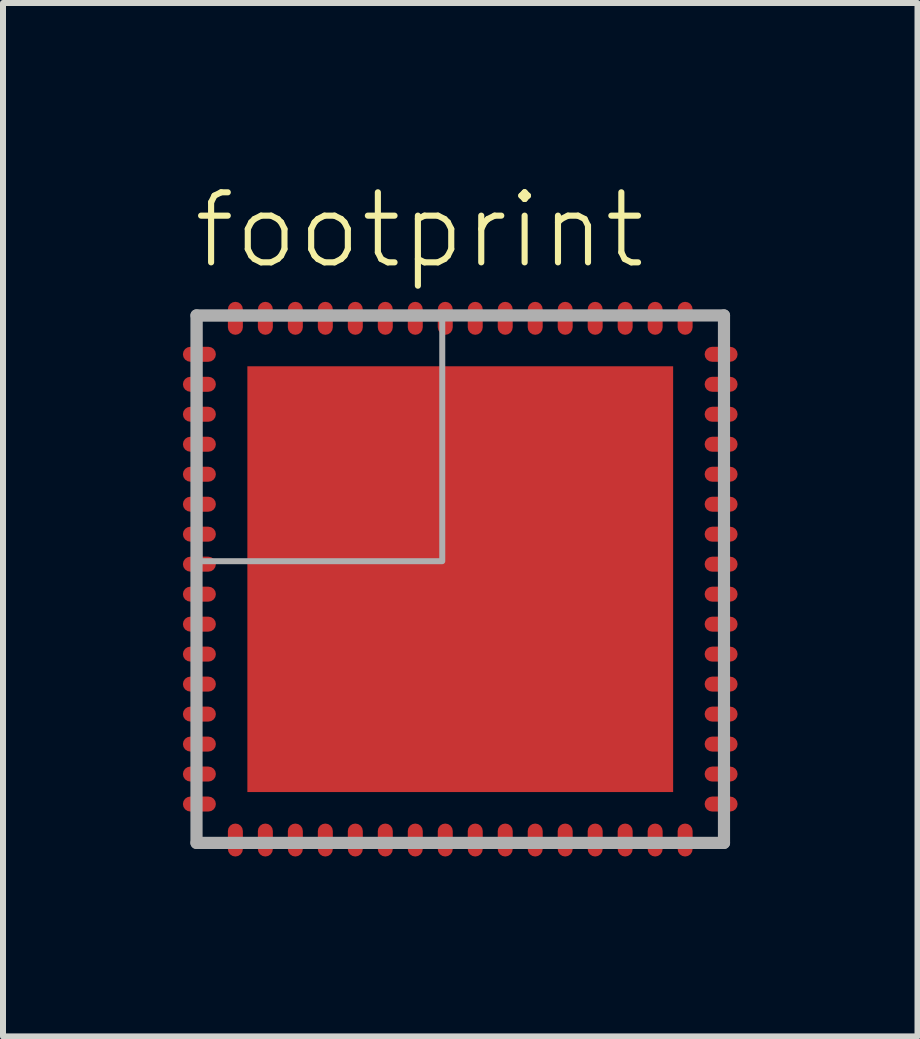
<source format=kicad_pcb>
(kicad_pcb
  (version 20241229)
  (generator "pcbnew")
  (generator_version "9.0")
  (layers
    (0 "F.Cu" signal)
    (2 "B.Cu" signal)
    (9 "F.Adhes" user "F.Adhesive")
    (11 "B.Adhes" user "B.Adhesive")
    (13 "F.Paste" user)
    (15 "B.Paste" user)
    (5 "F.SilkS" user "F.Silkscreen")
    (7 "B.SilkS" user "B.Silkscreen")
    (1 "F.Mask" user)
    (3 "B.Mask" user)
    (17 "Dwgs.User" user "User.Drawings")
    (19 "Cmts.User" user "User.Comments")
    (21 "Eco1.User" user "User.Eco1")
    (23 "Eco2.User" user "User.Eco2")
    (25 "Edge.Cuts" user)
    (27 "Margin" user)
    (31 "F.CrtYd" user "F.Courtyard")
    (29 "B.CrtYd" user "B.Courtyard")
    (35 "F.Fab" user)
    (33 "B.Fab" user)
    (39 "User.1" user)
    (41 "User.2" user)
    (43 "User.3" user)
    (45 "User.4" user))
  (footprint "footprint"
    (layer "F.Cu")
    (at 4.625 6.608)
    (property "Reference" "footprint" (at -4.5 -5.135 0) (layer "F.SilkS") (effects (font (size 1.168 1.168) (thickness 0.102)) (justify left bottom)))
    (fp_poly (pts (xy 3.652 3.652) (xy -3.652 3.652) (xy -3.652 -3.242) (xy -3.242 -3.652) (xy 3.652 -3.652)) (stroke (width 0) (type solid)) (fill yes) (layer "F.Mask"))
    (fp_poly (pts (xy 3.452 3.452) (xy -3.452 3.452) (xy -3.452 -3.142) (xy -3.142 -3.452) (xy 3.452 -3.452)) (stroke (width 0) (type solid)) (fill yes) (layer "F.Paste"))
    (fp_line (start -4.398 -4.398) (end -4.398 4.398) (stroke (width 0.203) (type solid)) (layer "F.Fab"))
    (fp_line (start -4.398 4.398) (end 4.398 4.398) (stroke (width 0.203) (type solid)) (layer "F.Fab"))
    (fp_line (start 4.398 -4.398) (end -4.398 -4.398) (stroke (width 0.203) (type solid)) (layer "F.Fab"))
    (fp_line (start 4.398 4.398) (end 4.398 -4.398) (stroke (width 0.203) (type solid)) (layer "F.Fab"))
    (fp_poly (pts (xy -4.35 -0.3) (xy -0.3 -0.3) (xy -0.3 -4.35) (xy -4.35 -4.35)) (stroke (width 0.1) (type solid)) (fill no) (layer "F.Fab"))
    (pad "1" smd roundrect (at -4.35 -3.75) (size 0.55 0.25) (layers "F.Cu" "F.Mask" "F.Paste") (roundrect_rratio 0.5))
    (pad "2" smd roundrect (at -4.35 -3.25) (size 0.55 0.25) (layers "F.Cu" "F.Mask" "F.Paste") (roundrect_rratio 0.5))
    (pad "3" smd roundrect (at -4.35 -2.75) (size 0.55 0.25) (layers "F.Cu" "F.Mask" "F.Paste") (roundrect_rratio 0.5))
    (pad "4" smd roundrect (at -4.35 -2.25) (size 0.55 0.25) (layers "F.Cu" "F.Mask" "F.Paste") (roundrect_rratio 0.5))
    (pad "5" smd roundrect (at -4.35 -1.75) (size 0.55 0.25) (layers "F.Cu" "F.Mask" "F.Paste") (roundrect_rratio 0.5))
    (pad "6" smd roundrect (at -4.35 -1.25) (size 0.55 0.25) (layers "F.Cu" "F.Mask" "F.Paste") (roundrect_rratio 0.5))
    (pad "7" smd roundrect (at -4.35 -0.75) (size 0.55 0.25) (layers "F.Cu" "F.Mask" "F.Paste") (roundrect_rratio 0.5))
    (pad "8" smd roundrect (at -4.35 -0.25) (size 0.55 0.25) (layers "F.Cu" "F.Mask" "F.Paste") (roundrect_rratio 0.5))
    (pad "9" smd roundrect (at -4.35 0.25) (size 0.55 0.25) (layers "F.Cu" "F.Mask" "F.Paste") (roundrect_rratio 0.5))
    (pad "10" smd roundrect (at -4.35 0.75) (size 0.55 0.25) (layers "F.Cu" "F.Mask" "F.Paste") (roundrect_rratio 0.5))
    (pad "11" smd roundrect (at -4.35 1.25) (size 0.55 0.25) (layers "F.Cu" "F.Mask" "F.Paste") (roundrect_rratio 0.5))
    (pad "12" smd roundrect (at -4.35 1.75) (size 0.55 0.25) (layers "F.Cu" "F.Mask" "F.Paste") (roundrect_rratio 0.5))
    (pad "13" smd roundrect (at -4.35 2.25) (size 0.55 0.25) (layers "F.Cu" "F.Mask" "F.Paste") (roundrect_rratio 0.5))
    (pad "14" smd roundrect (at -4.35 2.75) (size 0.55 0.25) (layers "F.Cu" "F.Mask" "F.Paste") (roundrect_rratio 0.5))
    (pad "15" smd roundrect (at -4.35 3.25) (size 0.55 0.25) (layers "F.Cu" "F.Mask" "F.Paste") (roundrect_rratio 0.5))
    (pad "16" smd roundrect (at -4.35 3.75) (size 0.55 0.25) (layers "F.Cu" "F.Mask" "F.Paste") (roundrect_rratio 0.5))
    (pad "17" smd roundrect (at -3.75 4.35) (size 0.25 0.55) (layers "F.Cu" "F.Mask" "F.Paste") (roundrect_rratio 0.5))
    (pad "18" smd roundrect (at -3.25 4.35) (size 0.25 0.55) (layers "F.Cu" "F.Mask" "F.Paste") (roundrect_rratio 0.5))
    (pad "19" smd roundrect (at -2.75 4.35) (size 0.25 0.55) (layers "F.Cu" "F.Mask" "F.Paste") (roundrect_rratio 0.5))
    (pad "20" smd roundrect (at -2.25 4.35) (size 0.25 0.55) (layers "F.Cu" "F.Mask" "F.Paste") (roundrect_rratio 0.5))
    (pad "21" smd roundrect (at -1.75 4.35) (size 0.25 0.55) (layers "F.Cu" "F.Mask" "F.Paste") (roundrect_rratio 0.5))
    (pad "22" smd roundrect (at -1.25 4.35) (size 0.25 0.55) (layers "F.Cu" "F.Mask" "F.Paste") (roundrect_rratio 0.5))
    (pad "23" smd roundrect (at -0.75 4.35) (size 0.25 0.55) (layers "F.Cu" "F.Mask" "F.Paste") (roundrect_rratio 0.5))
    (pad "24" smd roundrect (at -0.25 4.35) (size 0.25 0.55) (layers "F.Cu" "F.Mask" "F.Paste") (roundrect_rratio 0.5))
    (pad "25" smd roundrect (at 0.25 4.35) (size 0.25 0.55) (layers "F.Cu" "F.Mask" "F.Paste") (roundrect_rratio 0.5))
    (pad "26" smd roundrect (at 0.75 4.35) (size 0.25 0.55) (layers "F.Cu" "F.Mask" "F.Paste") (roundrect_rratio 0.5))
    (pad "27" smd roundrect (at 1.25 4.35) (size 0.25 0.55) (layers "F.Cu" "F.Mask" "F.Paste") (roundrect_rratio 0.5))
    (pad "28" smd roundrect (at 1.75 4.35) (size 0.25 0.55) (layers "F.Cu" "F.Mask" "F.Paste") (roundrect_rratio 0.5))
    (pad "29" smd roundrect (at 2.25 4.35) (size 0.25 0.55) (layers "F.Cu" "F.Mask" "F.Paste") (roundrect_rratio 0.5))
    (pad "30" smd roundrect (at 2.75 4.35) (size 0.25 0.55) (layers "F.Cu" "F.Mask" "F.Paste") (roundrect_rratio 0.5))
    (pad "31" smd roundrect (at 3.25 4.35) (size 0.25 0.55) (layers "F.Cu" "F.Mask" "F.Paste") (roundrect_rratio 0.5))
    (pad "32" smd roundrect (at 3.75 4.35) (size 0.25 0.55) (layers "F.Cu" "F.Mask" "F.Paste") (roundrect_rratio 0.5))
    (pad "33" smd roundrect (at 4.35 3.75) (size 0.55 0.25) (layers "F.Cu" "F.Mask" "F.Paste") (roundrect_rratio 0.5))
    (pad "34" smd roundrect (at 4.35 3.25) (size 0.55 0.25) (layers "F.Cu" "F.Mask" "F.Paste") (roundrect_rratio 0.5))
    (pad "35" smd roundrect (at 4.35 2.75) (size 0.55 0.25) (layers "F.Cu" "F.Mask" "F.Paste") (roundrect_rratio 0.5))
    (pad "36" smd roundrect (at 4.35 2.25) (size 0.55 0.25) (layers "F.Cu" "F.Mask" "F.Paste") (roundrect_rratio 0.5))
    (pad "37" smd roundrect (at 4.35 1.75) (size 0.55 0.25) (layers "F.Cu" "F.Mask" "F.Paste") (roundrect_rratio 0.5))
    (pad "38" smd roundrect (at 4.35 1.25) (size 0.55 0.25) (layers "F.Cu" "F.Mask" "F.Paste") (roundrect_rratio 0.5))
    (pad "39" smd roundrect (at 4.35 0.75) (size 0.55 0.25) (layers "F.Cu" "F.Mask" "F.Paste") (roundrect_rratio 0.5))
    (pad "40" smd roundrect (at 4.35 0.25) (size 0.55 0.25) (layers "F.Cu" "F.Mask" "F.Paste") (roundrect_rratio 0.5))
    (pad "41" smd roundrect (at 4.35 -0.25) (size 0.55 0.25) (layers "F.Cu" "F.Mask" "F.Paste") (roundrect_rratio 0.5))
    (pad "42" smd roundrect (at 4.35 -0.75) (size 0.55 0.25) (layers "F.Cu" "F.Mask" "F.Paste") (roundrect_rratio 0.5))
    (pad "43" smd roundrect (at 4.35 -1.25) (size 0.55 0.25) (layers "F.Cu" "F.Mask" "F.Paste") (roundrect_rratio 0.5))
    (pad "44" smd roundrect (at 4.35 -1.75) (size 0.55 0.25) (layers "F.Cu" "F.Mask" "F.Paste") (roundrect_rratio 0.5))
    (pad "45" smd roundrect (at 4.35 -2.25) (size 0.55 0.25) (layers "F.Cu" "F.Mask" "F.Paste") (roundrect_rratio 0.5))
    (pad "46" smd roundrect (at 4.35 -2.75) (size 0.55 0.25) (layers "F.Cu" "F.Mask" "F.Paste") (roundrect_rratio 0.5))
    (pad "47" smd roundrect (at 4.35 -3.25) (size 0.55 0.25) (layers "F.Cu" "F.Mask" "F.Paste") (roundrect_rratio 0.5))
    (pad "48" smd roundrect (at 4.35 -3.75) (size 0.55 0.25) (layers "F.Cu" "F.Mask" "F.Paste") (roundrect_rratio 0.5))
    (pad "49" smd roundrect (at 3.75 -4.35) (size 0.25 0.55) (layers "F.Cu" "F.Mask" "F.Paste") (roundrect_rratio 0.5))
    (pad "50" smd roundrect (at 3.25 -4.35) (size 0.25 0.55) (layers "F.Cu" "F.Mask" "F.Paste") (roundrect_rratio 0.5))
    (pad "51" smd roundrect (at 2.75 -4.35) (size 0.25 0.55) (layers "F.Cu" "F.Mask" "F.Paste") (roundrect_rratio 0.5))
    (pad "52" smd roundrect (at 2.25 -4.35) (size 0.25 0.55) (layers "F.Cu" "F.Mask" "F.Paste") (roundrect_rratio 0.5))
    (pad "53" smd roundrect (at 1.75 -4.35) (size 0.25 0.55) (layers "F.Cu" "F.Mask" "F.Paste") (roundrect_rratio 0.5))
    (pad "54" smd roundrect (at 1.25 -4.35) (size 0.25 0.55) (layers "F.Cu" "F.Mask" "F.Paste") (roundrect_rratio 0.5))
    (pad "55" smd roundrect (at 0.75 -4.35) (size 0.25 0.55) (layers "F.Cu" "F.Mask" "F.Paste") (roundrect_rratio 0.5))
    (pad "56" smd roundrect (at 0.25 -4.35) (size 0.25 0.55) (layers "F.Cu" "F.Mask" "F.Paste") (roundrect_rratio 0.5))
    (pad "57" smd roundrect (at -0.25 -4.35) (size 0.25 0.55) (layers "F.Cu" "F.Mask" "F.Paste") (roundrect_rratio 0.5))
    (pad "58" smd roundrect (at -0.75 -4.35) (size 0.25 0.55) (layers "F.Cu" "F.Mask" "F.Paste") (roundrect_rratio 0.5))
    (pad "59" smd roundrect (at -1.25 -4.35) (size 0.25 0.55) (layers "F.Cu" "F.Mask" "F.Paste") (roundrect_rratio 0.5))
    (pad "60" smd roundrect (at -1.75 -4.35) (size 0.25 0.55) (layers "F.Cu" "F.Mask" "F.Paste") (roundrect_rratio 0.5))
    (pad "61" smd roundrect (at -2.25 -4.35) (size 0.25 0.55) (layers "F.Cu" "F.Mask" "F.Paste") (roundrect_rratio 0.5))
    (pad "62" smd roundrect (at -2.75 -4.35) (size 0.25 0.55) (layers "F.Cu" "F.Mask" "F.Paste") (roundrect_rratio 0.5))
    (pad "63" smd roundrect (at -3.25 -4.35) (size 0.25 0.55) (layers "F.Cu" "F.Mask" "F.Paste") (roundrect_rratio 0.5))
    (pad "64" smd roundrect (at -3.75 -4.35) (size 0.25 0.55) (layers "F.Cu" "F.Mask" "F.Paste") (roundrect_rratio 0.5))
    (pad "EXP" smd rect (at 0 0) (size 7.1 7.1) (layers "F.Cu")))
  (gr_rect
    (start -3 -3)
    (end 12.25 14.233)
    (stroke (width 0.1) (type default))
    (fill no)
    (layer "Edge.Cuts")))
</source>
